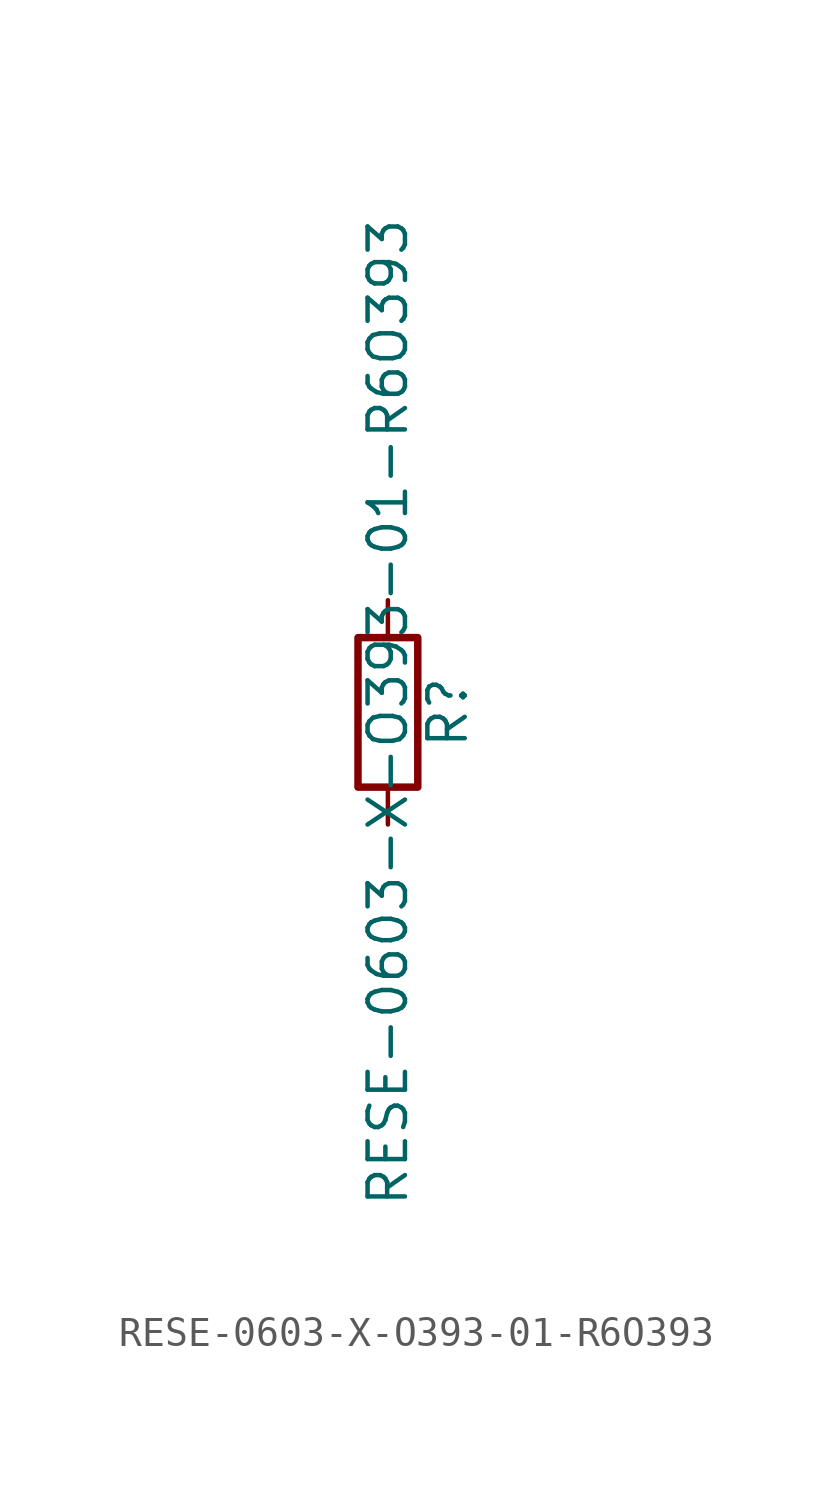
<source format=kicad_sym>
(kicad_symbol_lib
  (version 20211014)
  (generator kicad_symbol_editor)
  (symbol "RESE-0603-X-O393-01-R6O393"
    (pin_numbers hide)
    (pin_names
      (offset 0))
    (property "Reference" "R"
      (at 2.032 0 90)
      (effects (font (size 1.27 1.27))))
    (property "Value" "RESE-0603-X-O393-01-R6O393"
      (at 0 0 90)
      (effects (font (size 1.27 1.27))))
    (symbol "RESE-0603-X-O393-01-R6O393_0_1"
      (rectangle (start -1.016 -2.54) (end 1.016 2.54) (stroke (width 0.254) (type default) (color 0 0 0 0)) (fill (type none))))
    (symbol "RESE-0603-X-O393-01-R6O393_1_1"
      (pin passive line (at 0 3.81 270) (length 1.27) (name "~" (effects (font (size 1.27 1.27)))) (number "1" (effects (font (size 1.27 1.27)))))
      (pin passive line (at 0 -3.81 90) (length 1.27) (name "~" (effects (font (size 1.27 1.27)))) (number "2" (effects (font (size 1.27 1.27))))))))
</source>
